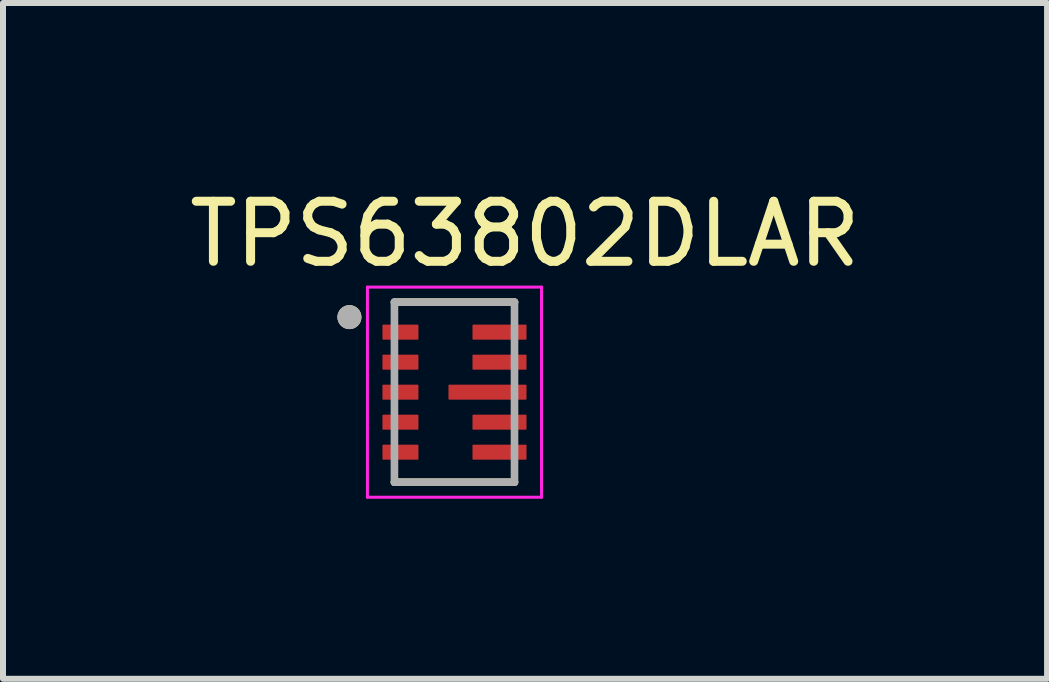
<source format=kicad_pcb>
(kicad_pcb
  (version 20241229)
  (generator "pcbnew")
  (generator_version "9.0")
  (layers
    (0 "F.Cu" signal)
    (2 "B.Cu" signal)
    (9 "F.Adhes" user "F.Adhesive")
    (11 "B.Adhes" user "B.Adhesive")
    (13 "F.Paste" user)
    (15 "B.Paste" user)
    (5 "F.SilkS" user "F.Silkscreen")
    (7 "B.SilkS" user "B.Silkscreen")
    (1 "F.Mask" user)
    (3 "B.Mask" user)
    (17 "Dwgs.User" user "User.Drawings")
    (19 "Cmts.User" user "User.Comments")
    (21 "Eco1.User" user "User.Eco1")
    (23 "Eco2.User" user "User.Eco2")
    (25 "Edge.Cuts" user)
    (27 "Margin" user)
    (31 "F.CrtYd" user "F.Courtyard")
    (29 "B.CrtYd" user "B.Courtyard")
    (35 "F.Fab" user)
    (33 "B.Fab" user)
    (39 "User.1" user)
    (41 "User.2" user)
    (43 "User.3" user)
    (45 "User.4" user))
  (footprint "TPS63802DLAR"
    (layer "F.Cu")
    (at 4.521 3.483)
    (property "Reference" "TPS63802DLAR" (at 1.175 -2.635 0) (layer "F.SilkS") (effects (font (size 1 1) (thickness 0.15))))
    (attr smd)
    (fp_poly (pts (xy -0.53 -1.075) (xy -0.53 -0.925) (xy -0.53 -0.919) (xy -0.531 -0.912) (xy -0.531 -0.906) (xy -0.533 -0.9) (xy -0.534 -0.894) (xy -0.536 -0.888) (xy -0.538 -0.882) (xy -0.54 -0.876) (xy -0.543 -0.871) (xy -0.546 -0.865) (xy -0.549 -0.86) (xy -0.553 -0.854) (xy -0.557 -0.849) (xy -0.561 -0.845) (xy -0.565 -0.84) (xy -0.57 -0.836) (xy -0.574 -0.832) (xy -0.579 -0.828) (xy -0.585 -0.824) (xy -0.59 -0.821) (xy -0.596 -0.818) (xy -0.601 -0.815) (xy -0.607 -0.813) (xy -0.613 -0.811) (xy -0.619 -0.809) (xy -0.625 -0.808) (xy -0.631 -0.806) (xy -0.637 -0.806) (xy -0.644 -0.805) (xy -0.65 -0.805) (xy -1.15 -0.805) (xy -1.156 -0.805) (xy -1.163 -0.806) (xy -1.169 -0.806) (xy -1.175 -0.808) (xy -1.181 -0.809) (xy -1.187 -0.811) (xy -1.193 -0.813) (xy -1.199 -0.815) (xy -1.204 -0.818) (xy -1.21 -0.821) (xy -1.215 -0.824) (xy -1.221 -0.828) (xy -1.226 -0.832) (xy -1.23 -0.836) (xy -1.235 -0.84) (xy -1.239 -0.845) (xy -1.243 -0.849) (xy -1.247 -0.854) (xy -1.251 -0.86) (xy -1.254 -0.865) (xy -1.257 -0.871) (xy -1.26 -0.876) (xy -1.262 -0.882) (xy -1.264 -0.888) (xy -1.266 -0.894) (xy -1.267 -0.9) (xy -1.269 -0.906) (xy -1.269 -0.912) (xy -1.27 -0.919) (xy -1.27 -0.925) (xy -1.27 -1.075) (xy -1.27 -1.081) (xy -1.269 -1.088) (xy -1.269 -1.094) (xy -1.267 -1.1) (xy -1.266 -1.106) (xy -1.264 -1.112) (xy -1.262 -1.118) (xy -1.26 -1.124) (xy -1.257 -1.129) (xy -1.254 -1.135) (xy -1.251 -1.14) (xy -1.247 -1.146) (xy -1.243 -1.151) (xy -1.239 -1.155) (xy -1.235 -1.16) (xy -1.23 -1.164) (xy -1.226 -1.168) (xy -1.221 -1.172) (xy -1.215 -1.176) (xy -1.21 -1.179) (xy -1.204 -1.182) (xy -1.199 -1.185) (xy -1.193 -1.187) (xy -1.187 -1.189) (xy -1.181 -1.191) (xy -1.175 -1.192) (xy -1.169 -1.194) (xy -1.163 -1.194) (xy -1.156 -1.195) (xy -1.15 -1.195) (xy -0.65 -1.195) (xy -0.644 -1.195) (xy -0.637 -1.194) (xy -0.631 -1.194) (xy -0.625 -1.192) (xy -0.619 -1.191) (xy -0.613 -1.189) (xy -0.607 -1.187) (xy -0.601 -1.185) (xy -0.596 -1.182) (xy -0.59 -1.179) (xy -0.585 -1.176) (xy -0.579 -1.172) (xy -0.574 -1.168) (xy -0.57 -1.164) (xy -0.565 -1.16) (xy -0.561 -1.155) (xy -0.557 -1.151) (xy -0.553 -1.146) (xy -0.549 -1.14) (xy -0.546 -1.135) (xy -0.543 -1.129) (xy -0.54 -1.124) (xy -0.538 -1.118) (xy -0.536 -1.112) (xy -0.534 -1.106) (xy -0.533 -1.1) (xy -0.531 -1.094) (xy -0.531 -1.088) (xy -0.53 -1.081) (xy -0.53 -1.075)) (stroke (width 0.01) (type solid)) (fill yes) (layer "F.Mask"))
    (fp_poly (pts (xy -0.53 -0.575) (xy -0.53 -0.425) (xy -0.53 -0.419) (xy -0.531 -0.412) (xy -0.531 -0.406) (xy -0.533 -0.4) (xy -0.534 -0.394) (xy -0.536 -0.388) (xy -0.538 -0.382) (xy -0.54 -0.376) (xy -0.543 -0.371) (xy -0.546 -0.365) (xy -0.549 -0.36) (xy -0.553 -0.354) (xy -0.557 -0.349) (xy -0.561 -0.345) (xy -0.565 -0.34) (xy -0.57 -0.336) (xy -0.574 -0.332) (xy -0.579 -0.328) (xy -0.585 -0.324) (xy -0.59 -0.321) (xy -0.596 -0.318) (xy -0.601 -0.315) (xy -0.607 -0.313) (xy -0.613 -0.311) (xy -0.619 -0.309) (xy -0.625 -0.308) (xy -0.631 -0.306) (xy -0.637 -0.306) (xy -0.644 -0.305) (xy -0.65 -0.305) (xy -1.15 -0.305) (xy -1.156 -0.305) (xy -1.163 -0.306) (xy -1.169 -0.306) (xy -1.175 -0.308) (xy -1.181 -0.309) (xy -1.187 -0.311) (xy -1.193 -0.313) (xy -1.199 -0.315) (xy -1.204 -0.318) (xy -1.21 -0.321) (xy -1.215 -0.324) (xy -1.221 -0.328) (xy -1.226 -0.332) (xy -1.23 -0.336) (xy -1.235 -0.34) (xy -1.239 -0.345) (xy -1.243 -0.349) (xy -1.247 -0.354) (xy -1.251 -0.36) (xy -1.254 -0.365) (xy -1.257 -0.371) (xy -1.26 -0.376) (xy -1.262 -0.382) (xy -1.264 -0.388) (xy -1.266 -0.394) (xy -1.267 -0.4) (xy -1.269 -0.406) (xy -1.269 -0.412) (xy -1.27 -0.419) (xy -1.27 -0.425) (xy -1.27 -0.575) (xy -1.27 -0.581) (xy -1.269 -0.588) (xy -1.269 -0.594) (xy -1.267 -0.6) (xy -1.266 -0.606) (xy -1.264 -0.612) (xy -1.262 -0.618) (xy -1.26 -0.624) (xy -1.257 -0.629) (xy -1.254 -0.635) (xy -1.251 -0.64) (xy -1.247 -0.646) (xy -1.243 -0.651) (xy -1.239 -0.655) (xy -1.235 -0.66) (xy -1.23 -0.664) (xy -1.226 -0.668) (xy -1.221 -0.672) (xy -1.215 -0.676) (xy -1.21 -0.679) (xy -1.204 -0.682) (xy -1.199 -0.685) (xy -1.193 -0.687) (xy -1.187 -0.689) (xy -1.181 -0.691) (xy -1.175 -0.692) (xy -1.169 -0.694) (xy -1.163 -0.694) (xy -1.156 -0.695) (xy -1.15 -0.695) (xy -0.65 -0.695) (xy -0.644 -0.695) (xy -0.637 -0.694) (xy -0.631 -0.694) (xy -0.625 -0.692) (xy -0.619 -0.691) (xy -0.613 -0.689) (xy -0.607 -0.687) (xy -0.601 -0.685) (xy -0.596 -0.682) (xy -0.59 -0.679) (xy -0.585 -0.676) (xy -0.579 -0.672) (xy -0.574 -0.668) (xy -0.57 -0.664) (xy -0.565 -0.66) (xy -0.561 -0.655) (xy -0.557 -0.651) (xy -0.553 -0.646) (xy -0.549 -0.64) (xy -0.546 -0.635) (xy -0.543 -0.629) (xy -0.54 -0.624) (xy -0.538 -0.618) (xy -0.536 -0.612) (xy -0.534 -0.606) (xy -0.533 -0.6) (xy -0.531 -0.594) (xy -0.531 -0.588) (xy -0.53 -0.581) (xy -0.53 -0.575)) (stroke (width 0.01) (type solid)) (fill yes) (layer "F.Mask"))
    (fp_poly (pts (xy -0.53 -0.075) (xy -0.53 0.075) (xy -0.53 0.081) (xy -0.531 0.088) (xy -0.531 0.094) (xy -0.533 0.1) (xy -0.534 0.106) (xy -0.536 0.112) (xy -0.538 0.118) (xy -0.54 0.124) (xy -0.543 0.129) (xy -0.546 0.135) (xy -0.549 0.14) (xy -0.553 0.146) (xy -0.557 0.151) (xy -0.561 0.155) (xy -0.565 0.16) (xy -0.57 0.164) (xy -0.574 0.168) (xy -0.579 0.172) (xy -0.585 0.176) (xy -0.59 0.179) (xy -0.596 0.182) (xy -0.601 0.185) (xy -0.607 0.187) (xy -0.613 0.189) (xy -0.619 0.191) (xy -0.625 0.192) (xy -0.631 0.194) (xy -0.637 0.194) (xy -0.644 0.195) (xy -0.65 0.195) (xy -1.15 0.195) (xy -1.156 0.195) (xy -1.163 0.194) (xy -1.169 0.194) (xy -1.175 0.192) (xy -1.181 0.191) (xy -1.187 0.189) (xy -1.193 0.187) (xy -1.199 0.185) (xy -1.204 0.182) (xy -1.21 0.179) (xy -1.215 0.176) (xy -1.221 0.172) (xy -1.226 0.168) (xy -1.23 0.164) (xy -1.235 0.16) (xy -1.239 0.155) (xy -1.243 0.151) (xy -1.247 0.146) (xy -1.251 0.14) (xy -1.254 0.135) (xy -1.257 0.129) (xy -1.26 0.124) (xy -1.262 0.118) (xy -1.264 0.112) (xy -1.266 0.106) (xy -1.267 0.1) (xy -1.269 0.094) (xy -1.269 0.088) (xy -1.27 0.081) (xy -1.27 0.075) (xy -1.27 -0.075) (xy -1.27 -0.081) (xy -1.269 -0.088) (xy -1.269 -0.094) (xy -1.267 -0.1) (xy -1.266 -0.106) (xy -1.264 -0.112) (xy -1.262 -0.118) (xy -1.26 -0.124) (xy -1.257 -0.129) (xy -1.254 -0.135) (xy -1.251 -0.14) (xy -1.247 -0.146) (xy -1.243 -0.151) (xy -1.239 -0.155) (xy -1.235 -0.16) (xy -1.23 -0.164) (xy -1.226 -0.168) (xy -1.221 -0.172) (xy -1.215 -0.176) (xy -1.21 -0.179) (xy -1.204 -0.182) (xy -1.199 -0.185) (xy -1.193 -0.187) (xy -1.187 -0.189) (xy -1.181 -0.191) (xy -1.175 -0.192) (xy -1.169 -0.194) (xy -1.163 -0.194) (xy -1.156 -0.195) (xy -1.15 -0.195) (xy -0.65 -0.195) (xy -0.644 -0.195) (xy -0.637 -0.194) (xy -0.631 -0.194) (xy -0.625 -0.192) (xy -0.619 -0.191) (xy -0.613 -0.189) (xy -0.607 -0.187) (xy -0.601 -0.185) (xy -0.596 -0.182) (xy -0.59 -0.179) (xy -0.585 -0.176) (xy -0.579 -0.172) (xy -0.574 -0.168) (xy -0.57 -0.164) (xy -0.565 -0.16) (xy -0.561 -0.155) (xy -0.557 -0.151) (xy -0.553 -0.146) (xy -0.549 -0.14) (xy -0.546 -0.135) (xy -0.543 -0.129) (xy -0.54 -0.124) (xy -0.538 -0.118) (xy -0.536 -0.112) (xy -0.534 -0.106) (xy -0.533 -0.1) (xy -0.531 -0.094) (xy -0.531 -0.088) (xy -0.53 -0.081) (xy -0.53 -0.075)) (stroke (width 0.01) (type solid)) (fill yes) (layer "F.Mask"))
    (fp_poly (pts (xy -0.53 0.425) (xy -0.53 0.575) (xy -0.53 0.581) (xy -0.531 0.588) (xy -0.531 0.594) (xy -0.533 0.6) (xy -0.534 0.606) (xy -0.536 0.612) (xy -0.538 0.618) (xy -0.54 0.624) (xy -0.543 0.629) (xy -0.546 0.635) (xy -0.549 0.64) (xy -0.553 0.646) (xy -0.557 0.651) (xy -0.561 0.655) (xy -0.565 0.66) (xy -0.57 0.664) (xy -0.574 0.668) (xy -0.579 0.672) (xy -0.585 0.676) (xy -0.59 0.679) (xy -0.596 0.682) (xy -0.601 0.685) (xy -0.607 0.687) (xy -0.613 0.689) (xy -0.619 0.691) (xy -0.625 0.692) (xy -0.631 0.694) (xy -0.637 0.694) (xy -0.644 0.695) (xy -0.65 0.695) (xy -1.15 0.695) (xy -1.156 0.695) (xy -1.163 0.694) (xy -1.169 0.694) (xy -1.175 0.692) (xy -1.181 0.691) (xy -1.187 0.689) (xy -1.193 0.687) (xy -1.199 0.685) (xy -1.204 0.682) (xy -1.21 0.679) (xy -1.215 0.676) (xy -1.221 0.672) (xy -1.226 0.668) (xy -1.23 0.664) (xy -1.235 0.66) (xy -1.239 0.655) (xy -1.243 0.651) (xy -1.247 0.646) (xy -1.251 0.64) (xy -1.254 0.635) (xy -1.257 0.629) (xy -1.26 0.624) (xy -1.262 0.618) (xy -1.264 0.612) (xy -1.266 0.606) (xy -1.267 0.6) (xy -1.269 0.594) (xy -1.269 0.588) (xy -1.27 0.581) (xy -1.27 0.575) (xy -1.27 0.425) (xy -1.27 0.419) (xy -1.269 0.412) (xy -1.269 0.406) (xy -1.267 0.4) (xy -1.266 0.394) (xy -1.264 0.388) (xy -1.262 0.382) (xy -1.26 0.376) (xy -1.257 0.371) (xy -1.254 0.365) (xy -1.251 0.36) (xy -1.247 0.354) (xy -1.243 0.349) (xy -1.239 0.345) (xy -1.235 0.34) (xy -1.23 0.336) (xy -1.226 0.332) (xy -1.221 0.328) (xy -1.215 0.324) (xy -1.21 0.321) (xy -1.204 0.318) (xy -1.199 0.315) (xy -1.193 0.313) (xy -1.187 0.311) (xy -1.181 0.309) (xy -1.175 0.308) (xy -1.169 0.306) (xy -1.163 0.306) (xy -1.156 0.305) (xy -1.15 0.305) (xy -0.65 0.305) (xy -0.644 0.305) (xy -0.637 0.306) (xy -0.631 0.306) (xy -0.625 0.308) (xy -0.619 0.309) (xy -0.613 0.311) (xy -0.607 0.313) (xy -0.601 0.315) (xy -0.596 0.318) (xy -0.59 0.321) (xy -0.585 0.324) (xy -0.579 0.328) (xy -0.574 0.332) (xy -0.57 0.336) (xy -0.565 0.34) (xy -0.561 0.345) (xy -0.557 0.349) (xy -0.553 0.354) (xy -0.549 0.36) (xy -0.546 0.365) (xy -0.543 0.371) (xy -0.54 0.376) (xy -0.538 0.382) (xy -0.536 0.388) (xy -0.534 0.394) (xy -0.533 0.4) (xy -0.531 0.406) (xy -0.531 0.412) (xy -0.53 0.419) (xy -0.53 0.425)) (stroke (width 0.01) (type solid)) (fill yes) (layer "F.Mask"))
    (fp_poly (pts (xy -0.53 0.925) (xy -0.53 1.075) (xy -0.53 1.081) (xy -0.531 1.088) (xy -0.531 1.094) (xy -0.533 1.1) (xy -0.534 1.106) (xy -0.536 1.112) (xy -0.538 1.118) (xy -0.54 1.124) (xy -0.543 1.129) (xy -0.546 1.135) (xy -0.549 1.14) (xy -0.553 1.146) (xy -0.557 1.151) (xy -0.561 1.155) (xy -0.565 1.16) (xy -0.57 1.164) (xy -0.574 1.168) (xy -0.579 1.172) (xy -0.585 1.176) (xy -0.59 1.179) (xy -0.596 1.182) (xy -0.601 1.185) (xy -0.607 1.187) (xy -0.613 1.189) (xy -0.619 1.191) (xy -0.625 1.192) (xy -0.631 1.194) (xy -0.637 1.194) (xy -0.644 1.195) (xy -0.65 1.195) (xy -1.15 1.195) (xy -1.156 1.195) (xy -1.163 1.194) (xy -1.169 1.194) (xy -1.175 1.192) (xy -1.181 1.191) (xy -1.187 1.189) (xy -1.193 1.187) (xy -1.199 1.185) (xy -1.204 1.182) (xy -1.21 1.179) (xy -1.215 1.176) (xy -1.221 1.172) (xy -1.226 1.168) (xy -1.23 1.164) (xy -1.235 1.16) (xy -1.239 1.155) (xy -1.243 1.151) (xy -1.247 1.146) (xy -1.251 1.14) (xy -1.254 1.135) (xy -1.257 1.129) (xy -1.26 1.124) (xy -1.262 1.118) (xy -1.264 1.112) (xy -1.266 1.106) (xy -1.267 1.1) (xy -1.269 1.094) (xy -1.269 1.088) (xy -1.27 1.081) (xy -1.27 1.075) (xy -1.27 0.925) (xy -1.27 0.919) (xy -1.269 0.912) (xy -1.269 0.906) (xy -1.267 0.9) (xy -1.266 0.894) (xy -1.264 0.888) (xy -1.262 0.882) (xy -1.26 0.876) (xy -1.257 0.871) (xy -1.254 0.865) (xy -1.251 0.86) (xy -1.247 0.854) (xy -1.243 0.849) (xy -1.239 0.845) (xy -1.235 0.84) (xy -1.23 0.836) (xy -1.226 0.832) (xy -1.221 0.828) (xy -1.215 0.824) (xy -1.21 0.821) (xy -1.204 0.818) (xy -1.199 0.815) (xy -1.193 0.813) (xy -1.187 0.811) (xy -1.181 0.809) (xy -1.175 0.808) (xy -1.169 0.806) (xy -1.163 0.806) (xy -1.156 0.805) (xy -1.15 0.805) (xy -0.65 0.805) (xy -0.644 0.805) (xy -0.637 0.806) (xy -0.631 0.806) (xy -0.625 0.808) (xy -0.619 0.809) (xy -0.613 0.811) (xy -0.607 0.813) (xy -0.601 0.815) (xy -0.596 0.818) (xy -0.59 0.821) (xy -0.585 0.824) (xy -0.579 0.828) (xy -0.574 0.832) (xy -0.57 0.836) (xy -0.565 0.84) (xy -0.561 0.845) (xy -0.557 0.849) (xy -0.553 0.854) (xy -0.549 0.86) (xy -0.546 0.865) (xy -0.543 0.871) (xy -0.54 0.876) (xy -0.538 0.882) (xy -0.536 0.888) (xy -0.534 0.894) (xy -0.533 0.9) (xy -0.531 0.906) (xy -0.531 0.912) (xy -0.53 0.919) (xy -0.53 0.925)) (stroke (width 0.01) (type solid)) (fill yes) (layer "F.Mask"))
    (fp_poly (pts (xy 1.27 -1.075) (xy 1.27 -0.925) (xy 1.27 -0.919) (xy 1.269 -0.912) (xy 1.269 -0.906) (xy 1.267 -0.9) (xy 1.266 -0.894) (xy 1.264 -0.888) (xy 1.262 -0.882) (xy 1.26 -0.876) (xy 1.257 -0.871) (xy 1.254 -0.865) (xy 1.251 -0.86) (xy 1.247 -0.854) (xy 1.243 -0.849) (xy 1.239 -0.845) (xy 1.235 -0.84) (xy 1.23 -0.836) (xy 1.226 -0.832) (xy 1.221 -0.828) (xy 1.215 -0.824) (xy 1.21 -0.821) (xy 1.204 -0.818) (xy 1.199 -0.815) (xy 1.193 -0.813) (xy 1.187 -0.811) (xy 1.181 -0.809) (xy 1.175 -0.808) (xy 1.169 -0.806) (xy 1.163 -0.806) (xy 1.156 -0.805) (xy 1.15 -0.805) (xy 0.35 -0.805) (xy 0.344 -0.805) (xy 0.337 -0.806) (xy 0.331 -0.806) (xy 0.325 -0.808) (xy 0.319 -0.809) (xy 0.313 -0.811) (xy 0.307 -0.813) (xy 0.301 -0.815) (xy 0.296 -0.818) (xy 0.29 -0.821) (xy 0.285 -0.824) (xy 0.279 -0.828) (xy 0.274 -0.832) (xy 0.27 -0.836) (xy 0.265 -0.84) (xy 0.261 -0.845) (xy 0.257 -0.849) (xy 0.253 -0.854) (xy 0.249 -0.86) (xy 0.246 -0.865) (xy 0.243 -0.871) (xy 0.24 -0.876) (xy 0.238 -0.882) (xy 0.236 -0.888) (xy 0.234 -0.894) (xy 0.233 -0.9) (xy 0.231 -0.906) (xy 0.231 -0.912) (xy 0.23 -0.919) (xy 0.23 -0.925) (xy 0.23 -1.075) (xy 0.23 -1.081) (xy 0.231 -1.088) (xy 0.231 -1.094) (xy 0.233 -1.1) (xy 0.234 -1.106) (xy 0.236 -1.112) (xy 0.238 -1.118) (xy 0.24 -1.124) (xy 0.243 -1.129) (xy 0.246 -1.135) (xy 0.249 -1.14) (xy 0.253 -1.146) (xy 0.257 -1.151) (xy 0.261 -1.155) (xy 0.265 -1.16) (xy 0.27 -1.164) (xy 0.274 -1.168) (xy 0.279 -1.172) (xy 0.285 -1.176) (xy 0.29 -1.179) (xy 0.296 -1.182) (xy 0.301 -1.185) (xy 0.307 -1.187) (xy 0.313 -1.189) (xy 0.319 -1.191) (xy 0.325 -1.192) (xy 0.331 -1.194) (xy 0.337 -1.194) (xy 0.344 -1.195) (xy 0.35 -1.195) (xy 1.15 -1.195) (xy 1.156 -1.195) (xy 1.163 -1.194) (xy 1.169 -1.194) (xy 1.175 -1.192) (xy 1.181 -1.191) (xy 1.187 -1.189) (xy 1.193 -1.187) (xy 1.199 -1.185) (xy 1.204 -1.182) (xy 1.21 -1.179) (xy 1.215 -1.176) (xy 1.221 -1.172) (xy 1.226 -1.168) (xy 1.23 -1.164) (xy 1.235 -1.16) (xy 1.239 -1.155) (xy 1.243 -1.151) (xy 1.247 -1.146) (xy 1.251 -1.14) (xy 1.254 -1.135) (xy 1.257 -1.129) (xy 1.26 -1.124) (xy 1.262 -1.118) (xy 1.264 -1.112) (xy 1.266 -1.106) (xy 1.267 -1.1) (xy 1.269 -1.094) (xy 1.269 -1.088) (xy 1.27 -1.081) (xy 1.27 -1.075)) (stroke (width 0.01) (type solid)) (fill yes) (layer "F.Mask"))
    (fp_poly (pts (xy 1.27 -0.575) (xy 1.27 -0.425) (xy 1.27 -0.419) (xy 1.269 -0.412) (xy 1.269 -0.406) (xy 1.267 -0.4) (xy 1.266 -0.394) (xy 1.264 -0.388) (xy 1.262 -0.382) (xy 1.26 -0.376) (xy 1.257 -0.371) (xy 1.254 -0.365) (xy 1.251 -0.36) (xy 1.247 -0.354) (xy 1.243 -0.349) (xy 1.239 -0.345) (xy 1.235 -0.34) (xy 1.23 -0.336) (xy 1.226 -0.332) (xy 1.221 -0.328) (xy 1.215 -0.324) (xy 1.21 -0.321) (xy 1.204 -0.318) (xy 1.199 -0.315) (xy 1.193 -0.313) (xy 1.187 -0.311) (xy 1.181 -0.309) (xy 1.175 -0.308) (xy 1.169 -0.306) (xy 1.163 -0.306) (xy 1.156 -0.305) (xy 1.15 -0.305) (xy 0.35 -0.305) (xy 0.344 -0.305) (xy 0.337 -0.306) (xy 0.331 -0.306) (xy 0.325 -0.308) (xy 0.319 -0.309) (xy 0.313 -0.311) (xy 0.307 -0.313) (xy 0.301 -0.315) (xy 0.296 -0.318) (xy 0.29 -0.321) (xy 0.285 -0.324) (xy 0.279 -0.328) (xy 0.274 -0.332) (xy 0.27 -0.336) (xy 0.265 -0.34) (xy 0.261 -0.345) (xy 0.257 -0.349) (xy 0.253 -0.354) (xy 0.249 -0.36) (xy 0.246 -0.365) (xy 0.243 -0.371) (xy 0.24 -0.376) (xy 0.238 -0.382) (xy 0.236 -0.388) (xy 0.234 -0.394) (xy 0.233 -0.4) (xy 0.231 -0.406) (xy 0.231 -0.412) (xy 0.23 -0.419) (xy 0.23 -0.425) (xy 0.23 -0.575) (xy 0.23 -0.581) (xy 0.231 -0.588) (xy 0.231 -0.594) (xy 0.233 -0.6) (xy 0.234 -0.606) (xy 0.236 -0.612) (xy 0.238 -0.618) (xy 0.24 -0.624) (xy 0.243 -0.629) (xy 0.246 -0.635) (xy 0.249 -0.64) (xy 0.253 -0.646) (xy 0.257 -0.651) (xy 0.261 -0.655) (xy 0.265 -0.66) (xy 0.27 -0.664) (xy 0.274 -0.668) (xy 0.279 -0.672) (xy 0.285 -0.676) (xy 0.29 -0.679) (xy 0.296 -0.682) (xy 0.301 -0.685) (xy 0.307 -0.687) (xy 0.313 -0.689) (xy 0.319 -0.691) (xy 0.325 -0.692) (xy 0.331 -0.694) (xy 0.337 -0.694) (xy 0.344 -0.695) (xy 0.35 -0.695) (xy 1.15 -0.695) (xy 1.156 -0.695) (xy 1.163 -0.694) (xy 1.169 -0.694) (xy 1.175 -0.692) (xy 1.181 -0.691) (xy 1.187 -0.689) (xy 1.193 -0.687) (xy 1.199 -0.685) (xy 1.204 -0.682) (xy 1.21 -0.679) (xy 1.215 -0.676) (xy 1.221 -0.672) (xy 1.226 -0.668) (xy 1.23 -0.664) (xy 1.235 -0.66) (xy 1.239 -0.655) (xy 1.243 -0.651) (xy 1.247 -0.646) (xy 1.251 -0.64) (xy 1.254 -0.635) (xy 1.257 -0.629) (xy 1.26 -0.624) (xy 1.262 -0.618) (xy 1.264 -0.612) (xy 1.266 -0.606) (xy 1.267 -0.6) (xy 1.269 -0.594) (xy 1.269 -0.588) (xy 1.27 -0.581) (xy 1.27 -0.575)) (stroke (width 0.01) (type solid)) (fill yes) (layer "F.Mask"))
    (fp_poly (pts (xy 1.27 -0.075) (xy 1.27 0.075) (xy 1.27 0.081) (xy 1.269 0.088) (xy 1.269 0.094) (xy 1.267 0.1) (xy 1.266 0.106) (xy 1.264 0.112) (xy 1.262 0.118) (xy 1.26 0.124) (xy 1.257 0.129) (xy 1.254 0.135) (xy 1.251 0.14) (xy 1.247 0.146) (xy 1.243 0.151) (xy 1.239 0.155) (xy 1.235 0.16) (xy 1.23 0.164) (xy 1.226 0.168) (xy 1.221 0.172) (xy 1.215 0.176) (xy 1.21 0.179) (xy 1.204 0.182) (xy 1.199 0.185) (xy 1.193 0.187) (xy 1.187 0.189) (xy 1.181 0.191) (xy 1.175 0.192) (xy 1.169 0.194) (xy 1.163 0.194) (xy 1.156 0.195) (xy 1.15 0.195) (xy -0.05 0.195) (xy -0.056 0.195) (xy -0.063 0.194) (xy -0.069 0.194) (xy -0.075 0.192) (xy -0.081 0.191) (xy -0.087 0.189) (xy -0.093 0.187) (xy -0.099 0.185) (xy -0.104 0.182) (xy -0.11 0.179) (xy -0.115 0.176) (xy -0.121 0.172) (xy -0.126 0.168) (xy -0.13 0.164) (xy -0.135 0.16) (xy -0.139 0.155) (xy -0.143 0.151) (xy -0.147 0.146) (xy -0.151 0.14) (xy -0.154 0.135) (xy -0.157 0.129) (xy -0.16 0.124) (xy -0.162 0.118) (xy -0.164 0.112) (xy -0.166 0.106) (xy -0.167 0.1) (xy -0.169 0.094) (xy -0.169 0.088) (xy -0.17 0.081) (xy -0.17 0.075) (xy -0.17 -0.075) (xy -0.17 -0.081) (xy -0.169 -0.088) (xy -0.169 -0.094) (xy -0.167 -0.1) (xy -0.166 -0.106) (xy -0.164 -0.112) (xy -0.162 -0.118) (xy -0.16 -0.124) (xy -0.157 -0.129) (xy -0.154 -0.135) (xy -0.151 -0.14) (xy -0.147 -0.146) (xy -0.143 -0.151) (xy -0.139 -0.155) (xy -0.135 -0.16) (xy -0.13 -0.164) (xy -0.126 -0.168) (xy -0.121 -0.172) (xy -0.115 -0.176) (xy -0.11 -0.179) (xy -0.104 -0.182) (xy -0.099 -0.185) (xy -0.093 -0.187) (xy -0.087 -0.189) (xy -0.081 -0.191) (xy -0.075 -0.192) (xy -0.069 -0.194) (xy -0.063 -0.194) (xy -0.056 -0.195) (xy -0.05 -0.195) (xy 1.15 -0.195) (xy 1.156 -0.195) (xy 1.163 -0.194) (xy 1.169 -0.194) (xy 1.175 -0.192) (xy 1.181 -0.191) (xy 1.187 -0.189) (xy 1.193 -0.187) (xy 1.199 -0.185) (xy 1.204 -0.182) (xy 1.21 -0.179) (xy 1.215 -0.176) (xy 1.221 -0.172) (xy 1.226 -0.168) (xy 1.23 -0.164) (xy 1.235 -0.16) (xy 1.239 -0.155) (xy 1.243 -0.151) (xy 1.247 -0.146) (xy 1.251 -0.14) (xy 1.254 -0.135) (xy 1.257 -0.129) (xy 1.26 -0.124) (xy 1.262 -0.118) (xy 1.264 -0.112) (xy 1.266 -0.106) (xy 1.267 -0.1) (xy 1.269 -0.094) (xy 1.269 -0.088) (xy 1.27 -0.081) (xy 1.27 -0.075)) (stroke (width 0.01) (type solid)) (fill yes) (layer "F.Mask"))
    (fp_poly (pts (xy 1.27 0.425) (xy 1.27 0.575) (xy 1.27 0.581) (xy 1.269 0.588) (xy 1.269 0.594) (xy 1.267 0.6) (xy 1.266 0.606) (xy 1.264 0.612) (xy 1.262 0.618) (xy 1.26 0.624) (xy 1.257 0.629) (xy 1.254 0.635) (xy 1.251 0.64) (xy 1.247 0.646) (xy 1.243 0.651) (xy 1.239 0.655) (xy 1.235 0.66) (xy 1.23 0.664) (xy 1.226 0.668) (xy 1.221 0.672) (xy 1.215 0.676) (xy 1.21 0.679) (xy 1.204 0.682) (xy 1.199 0.685) (xy 1.193 0.687) (xy 1.187 0.689) (xy 1.181 0.691) (xy 1.175 0.692) (xy 1.169 0.694) (xy 1.163 0.694) (xy 1.156 0.695) (xy 1.15 0.695) (xy 0.35 0.695) (xy 0.344 0.695) (xy 0.337 0.694) (xy 0.331 0.694) (xy 0.325 0.692) (xy 0.319 0.691) (xy 0.313 0.689) (xy 0.307 0.687) (xy 0.301 0.685) (xy 0.296 0.682) (xy 0.29 0.679) (xy 0.285 0.676) (xy 0.279 0.672) (xy 0.274 0.668) (xy 0.27 0.664) (xy 0.265 0.66) (xy 0.261 0.655) (xy 0.257 0.651) (xy 0.253 0.646) (xy 0.249 0.64) (xy 0.246 0.635) (xy 0.243 0.629) (xy 0.24 0.624) (xy 0.238 0.618) (xy 0.236 0.612) (xy 0.234 0.606) (xy 0.233 0.6) (xy 0.231 0.594) (xy 0.231 0.588) (xy 0.23 0.581) (xy 0.23 0.575) (xy 0.23 0.425) (xy 0.23 0.419) (xy 0.231 0.412) (xy 0.231 0.406) (xy 0.233 0.4) (xy 0.234 0.394) (xy 0.236 0.388) (xy 0.238 0.382) (xy 0.24 0.376) (xy 0.243 0.371) (xy 0.246 0.365) (xy 0.249 0.36) (xy 0.253 0.354) (xy 0.257 0.349) (xy 0.261 0.345) (xy 0.265 0.34) (xy 0.27 0.336) (xy 0.274 0.332) (xy 0.279 0.328) (xy 0.285 0.324) (xy 0.29 0.321) (xy 0.296 0.318) (xy 0.301 0.315) (xy 0.307 0.313) (xy 0.313 0.311) (xy 0.319 0.309) (xy 0.325 0.308) (xy 0.331 0.306) (xy 0.337 0.306) (xy 0.344 0.305) (xy 0.35 0.305) (xy 1.15 0.305) (xy 1.156 0.305) (xy 1.163 0.306) (xy 1.169 0.306) (xy 1.175 0.308) (xy 1.181 0.309) (xy 1.187 0.311) (xy 1.193 0.313) (xy 1.199 0.315) (xy 1.204 0.318) (xy 1.21 0.321) (xy 1.215 0.324) (xy 1.221 0.328) (xy 1.226 0.332) (xy 1.23 0.336) (xy 1.235 0.34) (xy 1.239 0.345) (xy 1.243 0.349) (xy 1.247 0.354) (xy 1.251 0.36) (xy 1.254 0.365) (xy 1.257 0.371) (xy 1.26 0.376) (xy 1.262 0.382) (xy 1.264 0.388) (xy 1.266 0.394) (xy 1.267 0.4) (xy 1.269 0.406) (xy 1.269 0.412) (xy 1.27 0.419) (xy 1.27 0.425)) (stroke (width 0.01) (type solid)) (fill yes) (layer "F.Mask"))
    (fp_poly (pts (xy 1.27 0.925) (xy 1.27 1.075) (xy 1.27 1.081) (xy 1.269 1.088) (xy 1.269 1.094) (xy 1.267 1.1) (xy 1.266 1.106) (xy 1.264 1.112) (xy 1.262 1.118) (xy 1.26 1.124) (xy 1.257 1.129) (xy 1.254 1.135) (xy 1.251 1.14) (xy 1.247 1.146) (xy 1.243 1.151) (xy 1.239 1.155) (xy 1.235 1.16) (xy 1.23 1.164) (xy 1.226 1.168) (xy 1.221 1.172) (xy 1.215 1.176) (xy 1.21 1.179) (xy 1.204 1.182) (xy 1.199 1.185) (xy 1.193 1.187) (xy 1.187 1.189) (xy 1.181 1.191) (xy 1.175 1.192) (xy 1.169 1.194) (xy 1.163 1.194) (xy 1.156 1.195) (xy 1.15 1.195) (xy 0.35 1.195) (xy 0.344 1.195) (xy 0.337 1.194) (xy 0.331 1.194) (xy 0.325 1.192) (xy 0.319 1.191) (xy 0.313 1.189) (xy 0.307 1.187) (xy 0.301 1.185) (xy 0.296 1.182) (xy 0.29 1.179) (xy 0.285 1.176) (xy 0.279 1.172) (xy 0.274 1.168) (xy 0.27 1.164) (xy 0.265 1.16) (xy 0.261 1.155) (xy 0.257 1.151) (xy 0.253 1.146) (xy 0.249 1.14) (xy 0.246 1.135) (xy 0.243 1.129) (xy 0.24 1.124) (xy 0.238 1.118) (xy 0.236 1.112) (xy 0.234 1.106) (xy 0.233 1.1) (xy 0.231 1.094) (xy 0.231 1.088) (xy 0.23 1.081) (xy 0.23 1.075) (xy 0.23 0.925) (xy 0.23 0.919) (xy 0.231 0.912) (xy 0.231 0.906) (xy 0.233 0.9) (xy 0.234 0.894) (xy 0.236 0.888) (xy 0.238 0.882) (xy 0.24 0.876) (xy 0.243 0.871) (xy 0.246 0.865) (xy 0.249 0.86) (xy 0.253 0.854) (xy 0.257 0.849) (xy 0.261 0.845) (xy 0.265 0.84) (xy 0.27 0.836) (xy 0.274 0.832) (xy 0.279 0.828) (xy 0.285 0.824) (xy 0.29 0.821) (xy 0.296 0.818) (xy 0.301 0.815) (xy 0.307 0.813) (xy 0.313 0.811) (xy 0.319 0.809) (xy 0.325 0.808) (xy 0.331 0.806) (xy 0.337 0.806) (xy 0.344 0.805) (xy 0.35 0.805) (xy 1.15 0.805) (xy 1.156 0.805) (xy 1.163 0.806) (xy 1.169 0.806) (xy 1.175 0.808) (xy 1.181 0.809) (xy 1.187 0.811) (xy 1.193 0.813) (xy 1.199 0.815) (xy 1.204 0.818) (xy 1.21 0.821) (xy 1.215 0.824) (xy 1.221 0.828) (xy 1.226 0.832) (xy 1.23 0.836) (xy 1.235 0.84) (xy 1.239 0.845) (xy 1.243 0.849) (xy 1.247 0.854) (xy 1.251 0.86) (xy 1.254 0.865) (xy 1.257 0.871) (xy 1.26 0.876) (xy 1.262 0.882) (xy 1.264 0.888) (xy 1.266 0.894) (xy 1.267 0.9) (xy 1.269 0.906) (xy 1.269 0.912) (xy 1.27 0.919) (xy 1.27 0.925)) (stroke (width 0.01) (type solid)) (fill yes) (layer "F.Mask"))
    (fp_line (start -1 -1.5) (end 1 -1.5) (stroke (width 0.127) (type solid)) (layer "F.SilkS"))
    (fp_line (start -1 1.5) (end 1 1.5) (stroke (width 0.127) (type solid)) (layer "F.SilkS"))
    (fp_circle (center -1.75 -1.25) (end -1.65 -1.25) (stroke (width 0.2) (type solid)) (fill no) (layer "F.SilkS"))
    (fp_poly (pts (xy 0.4 0.125) (xy -0.05 0.125) (xy -0.053 0.125) (xy -0.055 0.125) (xy -0.058 0.124) (xy -0.06 0.124) (xy -0.063 0.123) (xy -0.065 0.123) (xy -0.068 0.122) (xy -0.07 0.121) (xy -0.073 0.12) (xy -0.075 0.118) (xy -0.077 0.117) (xy -0.079 0.115) (xy -0.081 0.114) (xy -0.083 0.112) (xy -0.085 0.11) (xy -0.087 0.108) (xy -0.089 0.106) (xy -0.09 0.104) (xy -0.092 0.102) (xy -0.093 0.1) (xy -0.095 0.098) (xy -0.096 0.095) (xy -0.097 0.093) (xy -0.098 0.09) (xy -0.098 0.088) (xy -0.099 0.085) (xy -0.099 0.083) (xy -0.1 0.08) (xy -0.1 0.078) (xy -0.1 0.075) (xy -0.1 -0.075) (xy -0.1 -0.078) (xy -0.1 -0.08) (xy -0.099 -0.083) (xy -0.099 -0.085) (xy -0.098 -0.088) (xy -0.098 -0.09) (xy -0.097 -0.093) (xy -0.096 -0.095) (xy -0.095 -0.098) (xy -0.093 -0.1) (xy -0.092 -0.102) (xy -0.09 -0.104) (xy -0.089 -0.106) (xy -0.087 -0.108) (xy -0.085 -0.11) (xy -0.083 -0.112) (xy -0.081 -0.114) (xy -0.079 -0.115) (xy -0.077 -0.117) (xy -0.075 -0.118) (xy -0.073 -0.12) (xy -0.07 -0.121) (xy -0.068 -0.122) (xy -0.065 -0.123) (xy -0.063 -0.123) (xy -0.06 -0.124) (xy -0.058 -0.124) (xy -0.055 -0.125) (xy -0.053 -0.125) (xy -0.05 -0.125) (xy 0.4 -0.125) (xy 0.403 -0.125) (xy 0.405 -0.125) (xy 0.408 -0.124) (xy 0.41 -0.124) (xy 0.413 -0.123) (xy 0.415 -0.123) (xy 0.418 -0.122) (xy 0.42 -0.121) (xy 0.423 -0.12) (xy 0.425 -0.118) (xy 0.427 -0.117) (xy 0.429 -0.115) (xy 0.431 -0.114) (xy 0.433 -0.112) (xy 0.435 -0.11) (xy 0.437 -0.108) (xy 0.439 -0.106) (xy 0.44 -0.104) (xy 0.442 -0.102) (xy 0.443 -0.1) (xy 0.445 -0.098) (xy 0.446 -0.095) (xy 0.447 -0.093) (xy 0.448 -0.09) (xy 0.448 -0.088) (xy 0.449 -0.085) (xy 0.449 -0.083) (xy 0.45 -0.08) (xy 0.45 -0.078) (xy 0.45 -0.075) (xy 0.45 0.075) (xy 0.45 0.078) (xy 0.45 0.08) (xy 0.449 0.083) (xy 0.449 0.085) (xy 0.448 0.088) (xy 0.448 0.09) (xy 0.447 0.093) (xy 0.446 0.095) (xy 0.445 0.098) (xy 0.443 0.1) (xy 0.442 0.102) (xy 0.44 0.104) (xy 0.439 0.106) (xy 0.437 0.108) (xy 0.435 0.11) (xy 0.433 0.112) (xy 0.431 0.114) (xy 0.429 0.115) (xy 0.427 0.117) (xy 0.425 0.118) (xy 0.423 0.12) (xy 0.42 0.121) (xy 0.418 0.122) (xy 0.415 0.123) (xy 0.413 0.123) (xy 0.41 0.124) (xy 0.408 0.124) (xy 0.405 0.125) (xy 0.403 0.125) (xy 0.4 0.125)) (stroke (width 0.01) (type solid)) (fill yes) (layer "F.Paste"))
    (fp_poly (pts (xy 1.15 0.125) (xy 0.7 0.125) (xy 0.697 0.125) (xy 0.695 0.125) (xy 0.692 0.124) (xy 0.69 0.124) (xy 0.687 0.123) (xy 0.685 0.123) (xy 0.682 0.122) (xy 0.68 0.121) (xy 0.677 0.12) (xy 0.675 0.118) (xy 0.673 0.117) (xy 0.671 0.115) (xy 0.669 0.114) (xy 0.667 0.112) (xy 0.665 0.11) (xy 0.663 0.108) (xy 0.661 0.106) (xy 0.66 0.104) (xy 0.658 0.102) (xy 0.657 0.1) (xy 0.655 0.098) (xy 0.654 0.095) (xy 0.653 0.093) (xy 0.652 0.09) (xy 0.652 0.088) (xy 0.651 0.085) (xy 0.651 0.083) (xy 0.65 0.08) (xy 0.65 0.078) (xy 0.65 0.075) (xy 0.65 -0.075) (xy 0.65 -0.078) (xy 0.65 -0.08) (xy 0.651 -0.083) (xy 0.651 -0.085) (xy 0.652 -0.088) (xy 0.652 -0.09) (xy 0.653 -0.093) (xy 0.654 -0.095) (xy 0.655 -0.098) (xy 0.657 -0.1) (xy 0.658 -0.102) (xy 0.66 -0.104) (xy 0.661 -0.106) (xy 0.663 -0.108) (xy 0.665 -0.11) (xy 0.667 -0.112) (xy 0.669 -0.114) (xy 0.671 -0.115) (xy 0.673 -0.117) (xy 0.675 -0.118) (xy 0.677 -0.12) (xy 0.68 -0.121) (xy 0.682 -0.122) (xy 0.685 -0.123) (xy 0.687 -0.123) (xy 0.69 -0.124) (xy 0.692 -0.124) (xy 0.695 -0.125) (xy 0.697 -0.125) (xy 0.7 -0.125) (xy 1.15 -0.125) (xy 1.153 -0.125) (xy 1.155 -0.125) (xy 1.158 -0.124) (xy 1.16 -0.124) (xy 1.163 -0.123) (xy 1.165 -0.123) (xy 1.168 -0.122) (xy 1.17 -0.121) (xy 1.173 -0.12) (xy 1.175 -0.118) (xy 1.177 -0.117) (xy 1.179 -0.115) (xy 1.181 -0.114) (xy 1.183 -0.112) (xy 1.185 -0.11) (xy 1.187 -0.108) (xy 1.189 -0.106) (xy 1.19 -0.104) (xy 1.192 -0.102) (xy 1.193 -0.1) (xy 1.195 -0.098) (xy 1.196 -0.095) (xy 1.197 -0.093) (xy 1.198 -0.09) (xy 1.198 -0.088) (xy 1.199 -0.085) (xy 1.199 -0.083) (xy 1.2 -0.08) (xy 1.2 -0.078) (xy 1.2 -0.075) (xy 1.2 0.075) (xy 1.2 0.078) (xy 1.2 0.08) (xy 1.199 0.083) (xy 1.199 0.085) (xy 1.198 0.088) (xy 1.198 0.09) (xy 1.197 0.093) (xy 1.196 0.095) (xy 1.195 0.098) (xy 1.193 0.1) (xy 1.192 0.102) (xy 1.19 0.104) (xy 1.189 0.106) (xy 1.187 0.108) (xy 1.185 0.11) (xy 1.183 0.112) (xy 1.181 0.114) (xy 1.179 0.115) (xy 1.177 0.117) (xy 1.175 0.118) (xy 1.173 0.12) (xy 1.17 0.121) (xy 1.168 0.122) (xy 1.165 0.123) (xy 1.163 0.123) (xy 1.16 0.124) (xy 1.158 0.124) (xy 1.155 0.125) (xy 1.153 0.125) (xy 1.15 0.125)) (stroke (width 0.01) (type solid)) (fill yes) (layer "F.Paste"))
    (fp_line (start -1.45 -1.75) (end -1.45 1.75) (stroke (width 0.05) (type solid)) (layer "F.CrtYd"))
    (fp_line (start -1.45 -1.75) (end 1.45 -1.75) (stroke (width 0.05) (type solid)) (layer "F.CrtYd"))
    (fp_line (start -1.45 1.75) (end 1.45 1.75) (stroke (width 0.05) (type solid)) (layer "F.CrtYd"))
    (fp_line (start 1.45 -1.75) (end 1.45 1.75) (stroke (width 0.05) (type solid)) (layer "F.CrtYd"))
    (fp_line (start -1 -1.5) (end -1 1.5) (stroke (width 0.127) (type solid)) (layer "F.Fab"))
    (fp_line (start -1 -1.5) (end 1 -1.5) (stroke (width 0.127) (type solid)) (layer "F.Fab"))
    (fp_line (start -1 1.5) (end 1 1.5) (stroke (width 0.127) (type solid)) (layer "F.Fab"))
    (fp_line (start 1 -1.5) (end 1 1.5) (stroke (width 0.127) (type solid)) (layer "F.Fab"))
    (fp_circle (center -1.75 -1.25) (end -1.65 -1.25) (stroke (width 0.2) (type solid)) (fill no) (layer "F.Fab"))
    (pad "1" smd roundrect (at -0.9 -1) (size 0.6 0.25) (layers "F.Cu" "F.Paste") (roundrect_rratio 0.05))
    (pad "2" smd roundrect (at -0.9 -0.5) (size 0.6 0.25) (layers "F.Cu" "F.Paste") (roundrect_rratio 0.05))
    (pad "3" smd roundrect (at -0.9 0) (size 0.6 0.25) (layers "F.Cu" "F.Paste") (roundrect_rratio 0.05))
    (pad "4" smd roundrect (at -0.9 0.5) (size 0.6 0.25) (layers "F.Cu" "F.Paste") (roundrect_rratio 0.05))
    (pad "5" smd roundrect (at -0.9 1) (size 0.6 0.25) (layers "F.Cu" "F.Paste") (roundrect_rratio 0.05))
    (pad "6" smd roundrect (at 0.75 1) (size 0.9 0.25) (layers "F.Cu" "F.Paste") (roundrect_rratio 0.05))
    (pad "7" smd roundrect (at 0.75 0.5) (size 0.9 0.25) (layers "F.Cu" "F.Paste") (roundrect_rratio 0.05))
    (pad "8" smd roundrect (at 0.55 0) (size 1.3 0.25) (layers "F.Cu") (roundrect_rratio 0.05))
    (pad "9" smd roundrect (at 0.75 -0.5) (size 0.9 0.25) (layers "F.Cu" "F.Paste") (roundrect_rratio 0.05))
    (pad "10" smd roundrect (at 0.75 -1) (size 0.9 0.25) (layers "F.Cu" "F.Paste") (roundrect_rratio 0.05)))
  (gr_rect
    (start -3 -3)
    (end 14.393 8.258)
    (stroke (width 0.1) (type default))
    (fill no)
    (layer "Edge.Cuts")))
</source>
